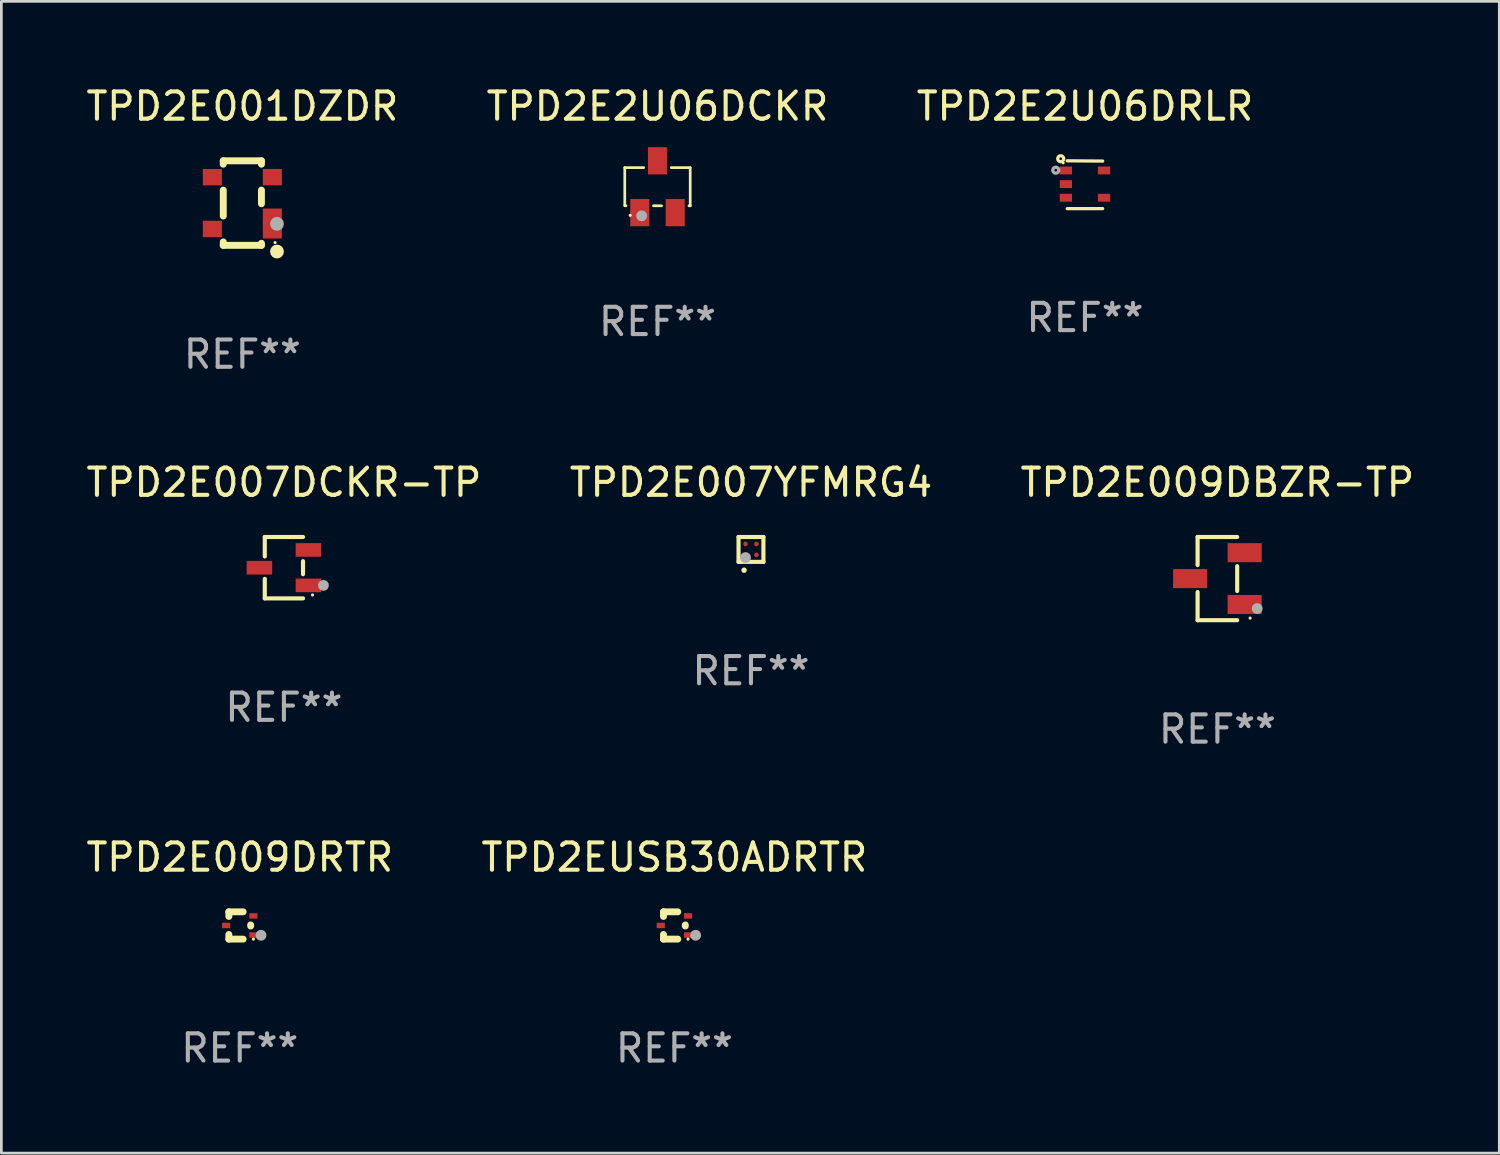
<source format=kicad_pcb>
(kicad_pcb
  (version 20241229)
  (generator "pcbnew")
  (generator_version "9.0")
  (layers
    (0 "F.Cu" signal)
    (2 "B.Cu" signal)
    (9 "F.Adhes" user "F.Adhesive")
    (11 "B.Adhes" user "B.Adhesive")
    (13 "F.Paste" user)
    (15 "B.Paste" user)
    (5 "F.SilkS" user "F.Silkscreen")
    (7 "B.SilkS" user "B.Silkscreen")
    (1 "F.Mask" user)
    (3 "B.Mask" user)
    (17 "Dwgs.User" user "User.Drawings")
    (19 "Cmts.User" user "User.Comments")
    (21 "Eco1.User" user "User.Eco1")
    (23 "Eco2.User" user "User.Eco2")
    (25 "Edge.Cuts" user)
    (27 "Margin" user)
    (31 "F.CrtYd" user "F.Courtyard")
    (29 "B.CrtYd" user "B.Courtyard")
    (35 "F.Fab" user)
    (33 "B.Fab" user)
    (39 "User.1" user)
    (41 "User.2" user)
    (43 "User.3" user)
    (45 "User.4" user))
  (footprint "TPD2E001DZDR"
    (layer "F.Cu")
    (at 5.839 4.398)
    (property "Reference" "TPD2E001DZDR" (at 0 -3.55 0) (layer "F.SilkS") (effects (font (size 1 1) (thickness 0.15))))
    (attr through_hole)
    (fp_line (start -0.7 -1.425) (end -0.7 -1.55) (stroke (width 0.254) (type solid)) (layer "F.SilkS"))
    (fp_line (start -0.7 0.475) (end -0.7 -0.475) (stroke (width 0.254) (type solid)) (layer "F.SilkS"))
    (fp_line (start -0.7 1.55) (end -0.7 1.425) (stroke (width 0.254) (type solid)) (layer "F.SilkS"))
    (fp_line (start 0.7 -1.55) (end -0.7 -1.55) (stroke (width 0.254) (type solid)) (layer "F.SilkS"))
    (fp_line (start 0.7 -1.425) (end 0.7 -1.55) (stroke (width 0.254) (type solid)) (layer "F.SilkS"))
    (fp_line (start 0.7 0.025) (end 0.7 -0.475) (stroke (width 0.254) (type solid)) (layer "F.SilkS"))
    (fp_line (start 0.7 1.55) (end -0.7 1.55) (stroke (width 0.254) (type solid)) (layer "F.SilkS"))
    (fp_line (start 0.7 1.55) (end 0.7 1.475) (stroke (width 0.254) (type solid)) (layer "F.SilkS"))
    (fp_circle (center 1.2 1.45) (end 1.23 1.45) (stroke (width 0.06) (type solid)) (fill no) (layer "F.SilkS"))
    (fp_circle (center 1.27 1.778) (end 1.397 1.778) (stroke (width 0.254) (type solid)) (fill no) (layer "F.SilkS"))
    (fp_circle (center 1.27 0.762) (end 1.397 0.762) (stroke (width 0.254) (type solid)) (fill no) (layer "F.Fab"))
    (fp_text user "REF**" (at 0 5.55 0) (layer "F.Fab") (effects (font (size 1 1) (thickness 0.15))))
    (pad "1" smd rect (at 1.1 0.75 90) (size 1.1 0.7) (layers "F.Cu" "F.Mask" "F.Paste"))
    (pad "2" smd rect (at 1.1 -0.95 90) (size 0.6 0.7) (layers "F.Cu" "F.Mask" "F.Paste"))
    (pad "3" smd rect (at -1.1 -0.95 90) (size 0.6 0.7) (layers "F.Cu" "F.Mask" "F.Paste"))
    (pad "4" smd rect (at -1.1 0.95 90) (size 0.6 0.7) (layers "F.Cu" "F.Mask" "F.Paste")))
  (footprint "TPD2E007DCKR-TP"
    (layer "F.Cu")
    (at 7.363 17.771)
    (property "Reference" "TPD2E007DCKR-TP" (at 0 -3.126 0) (layer "F.SilkS") (effects (font (size 1 1) (thickness 0.15))))
    (attr through_hole)
    (fp_line (start -0.701 -1.126) (end -0.701 -0.411) (stroke (width 0.152) (type solid)) (layer "F.SilkS"))
    (fp_line (start -0.701 1.126) (end -0.701 0.411) (stroke (width 0.152) (type solid)) (layer "F.SilkS"))
    (fp_line (start 0.701 -1.126) (end -0.701 -1.126) (stroke (width 0.152) (type solid)) (layer "F.SilkS"))
    (fp_line (start 0.701 -0.239) (end 0.701 0.239) (stroke (width 0.152) (type solid)) (layer "F.SilkS"))
    (fp_line (start 0.701 1.126) (end -0.701 1.126) (stroke (width 0.152) (type solid)) (layer "F.SilkS"))
    (fp_circle (center 1.05 1) (end 1.08 1) (stroke (width 0.06) (type solid)) (fill no) (layer "F.SilkS"))
    (fp_circle (center 1.45 0.65) (end 1.55 0.65) (stroke (width 0.2) (type solid)) (fill no) (layer "F.Fab"))
    (fp_text user "REF**" (at 0 5.126 0) (layer "F.Fab") (effects (font (size 1 1) (thickness 0.15))))
    (pad "1" smd rect (at 0.898 0.65) (size 0.936 0.5) (layers "F.Cu" "F.Mask" "F.Paste"))
    (pad "2" smd rect (at 0.898 -0.65) (size 0.936 0.5) (layers "F.Cu" "F.Mask" "F.Paste"))
    (pad "3" smd rect (at -0.898 0) (size 0.936 0.5) (layers "F.Cu" "F.Mask" "F.Paste")))
  (footprint "TPD2EUSB30ADRTR"
    (layer "F.Cu")
    (at 21.685 30.894)
    (property "Reference" "TPD2EUSB30ADRTR" (at 0 -2.5 0) (layer "F.SilkS") (effects (font (size 1 1) (thickness 0.15))))
    (attr through_hole)
    (fp_line (start -0.4 -0.5) (end -0.4 -0.331) (stroke (width 0.254) (type solid)) (layer "F.SilkS"))
    (fp_line (start -0.4 -0.5) (end 0.124 -0.5) (stroke (width 0.254) (type solid)) (layer "F.SilkS"))
    (fp_line (start -0.4 0.331) (end -0.4 0.5) (stroke (width 0.254) (type solid)) (layer "F.SilkS"))
    (fp_line (start -0.4 0.5) (end 0.124 0.5) (stroke (width 0.254) (type solid)) (layer "F.SilkS"))
    (fp_line (start 0.4 -0.019) (end 0.4 0.019) (stroke (width 0.254) (type solid)) (layer "F.SilkS"))
    (fp_circle (center 0.5 0.5) (end 0.53 0.5) (stroke (width 0.06) (type solid)) (fill no) (layer "F.SilkS"))
    (fp_circle (center 0.78 0.36) (end 0.88 0.36) (stroke (width 0.2) (type solid)) (fill no) (layer "F.Fab"))
    (fp_text user "REF**" (at 0 4.5 0) (layer "F.Fab") (effects (font (size 1 1) (thickness 0.15))))
    (pad "1" smd rect (at 0.5 0.35 90) (size 0.2 0.3) (layers "F.Cu" "F.Mask" "F.Paste"))
    (pad "2" smd rect (at 0.5 -0.35 90) (size 0.2 0.3) (layers "F.Cu" "F.Mask" "F.Paste"))
    (pad "3" smd rect (at -0.5 0 90) (size 0.2 0.3) (layers "F.Cu" "F.Mask" "F.Paste")))
  (footprint "TPD2E2U06DRLR"
    (layer "F.Cu")
    (at 36.744 3.725)
    (property "Reference" "TPD2E2U06DRLR" (at 0 -2.877 0) (layer "F.SilkS") (effects (font (size 1 1) (thickness 0.15))))
    (attr through_hole)
    (fp_line (start 0.65 -0.867) (end -0.65 -0.877) (stroke (width 0.12) (type solid)) (layer "F.SilkS"))
    (fp_line (start 0.65 0.877) (end -0.65 0.877) (stroke (width 0.12) (type solid)) (layer "F.SilkS"))
    (fp_circle (center -0.89 -0.953) (end -0.84 -0.953) (stroke (width 0.12) (type solid)) (fill no) (layer "F.SilkS"))
    (fp_circle (center -0.8 -0.803) (end -0.77 -0.803) (stroke (width 0.06) (type solid)) (fill no) (layer "F.SilkS"))
    (fp_circle (center -1.07 -0.533) (end -1.02 -0.533) (stroke (width 0.12) (type solid)) (fill no) (layer "F.Fab"))
    (fp_text user "REF**" (at 0 4.877 0) (layer "F.Fab") (effects (font (size 1 1) (thickness 0.15))))
    (pad "1" smd rect (at -0.7 -0.523) (size 0.45 0.29) (layers "F.Cu" "F.Mask" "F.Paste"))
    (pad "2" smd rect (at -0.7 -0.023) (size 0.45 0.29) (layers "F.Cu" "F.Mask" "F.Paste"))
    (pad "3" smd rect (at -0.7 0.477) (size 0.45 0.29) (layers "F.Cu" "F.Mask" "F.Paste"))
    (pad "4" smd rect (at 0.7 0.477) (size 0.45 0.29) (layers "F.Cu" "F.Mask" "F.Paste"))
    (pad "5" smd rect (at 0.7 -0.523) (size 0.45 0.29) (layers "F.Cu" "F.Mask" "F.Paste")))
  (footprint "TPD2E2U06DCKR"
    (layer "F.Cu")
    (at 21.065 3.798)
    (property "Reference" "TPD2E2U06DCKR" (at 0 -2.95 0) (layer "F.SilkS") (effects (font (size 1 1) (thickness 0.15))))
    (attr through_hole)
    (fp_line (start -1.2 -0.7) (end -1.2 0.68) (stroke (width 0.1) (type solid)) (layer "F.SilkS"))
    (fp_line (start -1.2 -0.7) (end -0.504 -0.7) (stroke (width 0.1) (type solid)) (layer "F.SilkS"))
    (fp_line (start -1.154 0.7) (end -1.2 0.7) (stroke (width 0.1) (type solid)) (layer "F.SilkS"))
    (fp_line (start 0.146 0.7) (end -0.146 0.7) (stroke (width 0.1) (type solid)) (layer "F.SilkS"))
    (fp_line (start 0.504 -0.7) (end 1.194 -0.7) (stroke (width 0.1) (type solid)) (layer "F.SilkS"))
    (fp_line (start 1.2 -0.7) (end 1.2 0.7) (stroke (width 0.1) (type solid)) (layer "F.SilkS"))
    (fp_line (start 1.2 0.7) (end 1.154 0.7) (stroke (width 0.1) (type solid)) (layer "F.SilkS"))
    (fp_circle (center -1 1.05) (end -0.97 1.05) (stroke (width 0.06) (type solid)) (fill no) (layer "F.SilkS"))
    (fp_circle (center -0.58 1.07) (end -0.48 1.07) (stroke (width 0.2) (type solid)) (fill no) (layer "F.Fab"))
    (fp_text user "REF**" (at 0 4.95 0) (layer "F.Fab") (effects (font (size 1 1) (thickness 0.15))))
    (pad "1" smd rect (at -0.65 0.95) (size 0.7 1) (layers "F.Cu" "F.Mask" "F.Paste"))
    (pad "2" smd rect (at 0.65 0.95) (size 0.7 1) (layers "F.Cu" "F.Mask" "F.Paste"))
    (pad "3" smd rect (at -0.000127 -0.95) (size 0.7 1) (layers "F.Cu" "F.Mask" "F.Paste")))
  (footprint "TPD2E009DRTR"
    (layer "F.Cu")
    (at 5.744 30.894)
    (property "Reference" "TPD2E009DRTR" (at 0 -2.5 0) (layer "F.SilkS") (effects (font (size 1 1) (thickness 0.15))))
    (attr through_hole)
    (fp_line (start -0.4 -0.5) (end -0.4 -0.331) (stroke (width 0.254) (type solid)) (layer "F.SilkS"))
    (fp_line (start -0.4 -0.5) (end 0.124 -0.5) (stroke (width 0.254) (type solid)) (layer "F.SilkS"))
    (fp_line (start -0.4 0.331) (end -0.4 0.5) (stroke (width 0.254) (type solid)) (layer "F.SilkS"))
    (fp_line (start -0.4 0.5) (end 0.124 0.5) (stroke (width 0.254) (type solid)) (layer "F.SilkS"))
    (fp_line (start 0.4 -0.019) (end 0.4 0.019) (stroke (width 0.254) (type solid)) (layer "F.SilkS"))
    (fp_circle (center 0.5 0.5) (end 0.53 0.5) (stroke (width 0.06) (type solid)) (fill no) (layer "F.SilkS"))
    (fp_circle (center 0.78 0.36) (end 0.88 0.36) (stroke (width 0.2) (type solid)) (fill no) (layer "F.Fab"))
    (fp_text user "REF**" (at 0 4.5 0) (layer "F.Fab") (effects (font (size 1 1) (thickness 0.15))))
    (pad "1" smd rect (at 0.5 0.35 90) (size 0.2 0.3) (layers "F.Cu" "F.Mask" "F.Paste"))
    (pad "2" smd rect (at 0.5 -0.35 90) (size 0.2 0.3) (layers "F.Cu" "F.Mask" "F.Paste"))
    (pad "3" smd rect (at -0.5 0 90) (size 0.2 0.3) (layers "F.Cu" "F.Mask" "F.Paste")))
  (footprint "TPD2E007YFMRG4"
    (layer "F.Cu")
    (at 24.494 17.101)
    (property "Reference" "TPD2E007YFMRG4" (at 0 -2.456 0) (layer "F.SilkS") (effects (font (size 1 1) (thickness 0.15))))
    (attr through_hole)
    (fp_line (start -0.456 -0.456) (end 0.456 -0.456) (stroke (width 0.152) (type solid)) (layer "F.SilkS"))
    (fp_line (start -0.456 0.456) (end -0.456 -0.456) (stroke (width 0.152) (type solid)) (layer "F.SilkS"))
    (fp_line (start 0.456 -0.456) (end 0.456 0.456) (stroke (width 0.152) (type solid)) (layer "F.SilkS"))
    (fp_line (start 0.456 0.456) (end -0.456 0.456) (stroke (width 0.152) (type solid)) (layer "F.SilkS"))
    (fp_circle (center -0.38 0.38) (end -0.35 0.38) (stroke (width 0.06) (type solid)) (fill no) (layer "F.SilkS"))
    (fp_circle (center -0.254 0.762) (end -0.204 0.762) (stroke (width 0.1) (type solid)) (fill no) (layer "F.SilkS"))
    (fp_circle (center -0.2 0.3) (end -0.1 0.3) (stroke (width 0.2) (type solid)) (fill no) (layer "F.Fab"))
    (fp_text user "REF**" (at 0 4.456 0) (layer "F.Fab") (effects (font (size 1 1) (thickness 0.15))))
    (pad "A1" smd circle (at -0.2 0.2) (size 0.17 0.17) (layers "F.Cu" "F.Mask" "F.Paste"))
    (pad "A2" smd circle (at -0.2 -0.2) (size 0.17 0.17) (layers "F.Cu" "F.Mask" "F.Paste"))
    (pad "B1" smd circle (at 0.2 0.2) (size 0.17 0.17) (layers "F.Cu" "F.Mask" "F.Paste"))
    (pad "B2" smd circle (at 0.2 -0.2) (size 0.17 0.17) (layers "F.Cu" "F.Mask" "F.Paste")))
  (footprint "TPD2E009DBZR-TP"
    (layer "F.Cu")
    (at 41.601 18.171)
    (property "Reference" "TPD2E009DBZR-TP" (at 0 -3.526 0) (layer "F.SilkS") (effects (font (size 1 1) (thickness 0.15))))
    (attr through_hole)
    (fp_line (start -0.726 -1.526) (end -0.726 -0.495) (stroke (width 0.152) (type solid)) (layer "F.SilkS"))
    (fp_line (start -0.726 1.526) (end -0.726 0.495) (stroke (width 0.152) (type solid)) (layer "F.SilkS"))
    (fp_line (start 0.726 -1.526) (end -0.726 -1.526) (stroke (width 0.152) (type solid)) (layer "F.SilkS"))
    (fp_line (start 0.726 -0.455) (end 0.726 0.455) (stroke (width 0.152) (type solid)) (layer "F.SilkS"))
    (fp_line (start 0.726 1.526) (end -0.726 1.526) (stroke (width 0.152) (type solid)) (layer "F.SilkS"))
    (fp_circle (center 1.2 1.45) (end 1.23 1.45) (stroke (width 0.06) (type solid)) (fill no) (layer "F.SilkS"))
    (fp_circle (center 1.46 1.1) (end 1.56 1.1) (stroke (width 0.2) (type solid)) (fill no) (layer "F.Fab"))
    (fp_text user "REF**" (at 0 5.526 0) (layer "F.Fab") (effects (font (size 1 1) (thickness 0.15))))
    (pad "1" smd rect (at 1 0.95) (size 1.25 0.7) (layers "F.Cu" "F.Mask" "F.Paste"))
    (pad "2" smd rect (at 1 -0.95) (size 1.25 0.7) (layers "F.Cu" "F.Mask" "F.Paste"))
    (pad "3" smd rect (at -1 0) (size 1.25 0.7) (layers "F.Cu" "F.Mask" "F.Paste")))
  (gr_rect
    (start -3 -3)
    (end 51.94 39.242)
    (stroke (width 0.1) (type default))
    (fill no)
    (layer "Edge.Cuts")))
</source>
